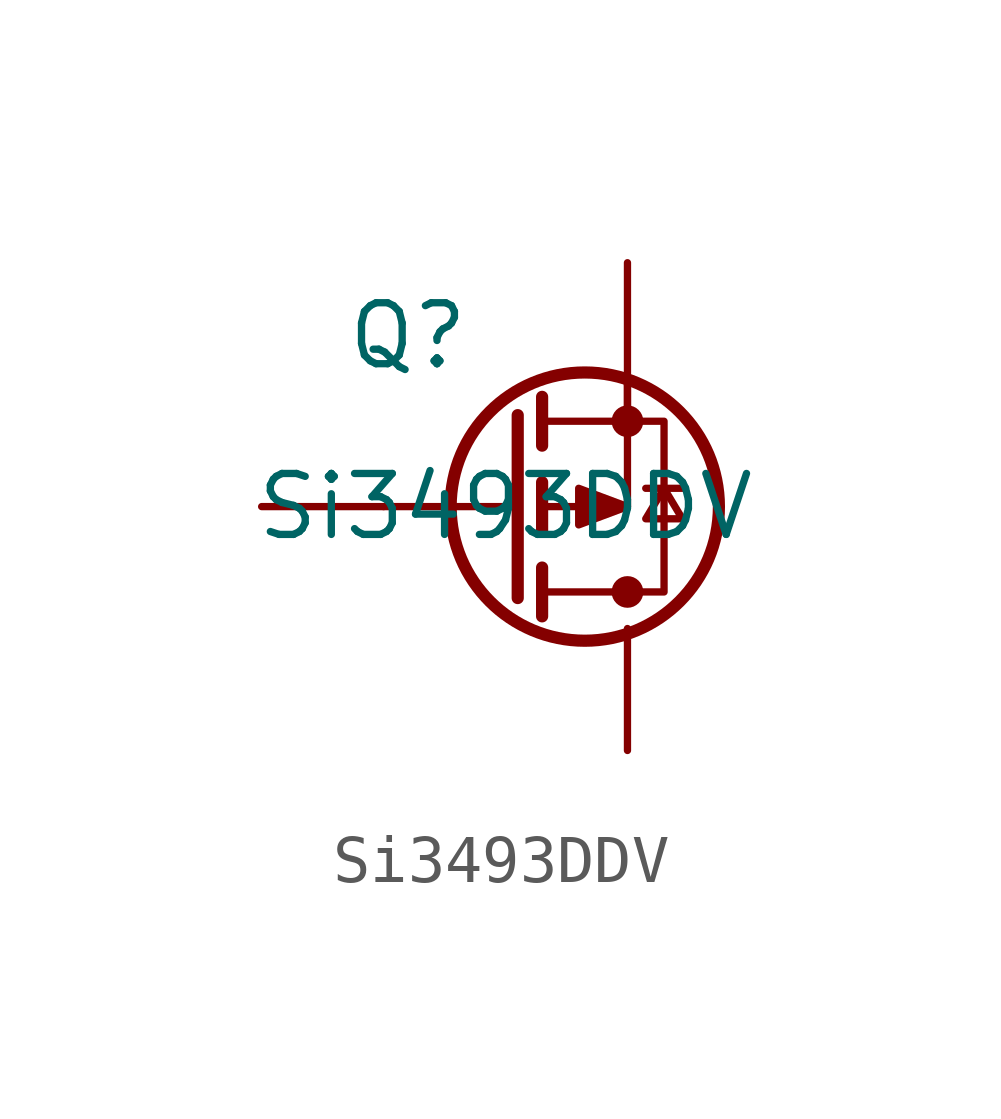
<source format=kicad_sym>
(kicad_symbol_lib
  (version 20231120)
  (generator "kicad_symbol_editor")
  (generator_version "8.0")
  (symbol "Si3493DDV"
    (pin_numbers hide)
    (pin_names hide)
    (property "Reference" "Q"
      (at -2.032 3.556 0)
      (effects (font (size 1.27 1.27))))
    (property "Value" "Si3493DDV"
      (at 0 0 0)
      (effects (font (size 1.27 1.27))))
    (symbol "Si3493DDV_0_1"
      (polyline (pts (xy 0.254 0) (xy -2.54 0)) (stroke (width 0) (type default)) (fill (type none)))
      (polyline (pts (xy 0.254 1.905) (xy 0.254 -1.905)) (stroke (width 0.254) (type default)) (fill (type none)))
      (polyline (pts (xy 0.762 -1.27) (xy 0.762 -2.286)) (stroke (width 0.254) (type default)) (fill (type none)))
      (polyline (pts (xy 0.762 0.508) (xy 0.762 -0.508)) (stroke (width 0.254) (type default)) (fill (type none)))
      (polyline (pts (xy 0.762 2.286) (xy 0.762 1.27)) (stroke (width 0.254) (type default)) (fill (type none)))
      (polyline (pts (xy 2.54 2.54) (xy 2.54 1.778)) (stroke (width 0) (type default)) (fill (type none)))
      (polyline (pts (xy 2.921 0.381) (xy 3.683 0.381)) (stroke (width 0) (type default)) (fill (type none)))
      (polyline (pts (xy 2.54 2.54) (xy 2.54 0) (xy 0.762 0)) (stroke (width 0) (type default)) (fill (type none)))
      (polyline (pts (xy 0.762 -1.778) (xy 3.302 -1.778) (xy 3.302 1.778) (xy 0.762 1.778)) (stroke (width 0) (type default)) (fill (type none)))
      (polyline (pts (xy 2.54 0) (xy 1.524 -0.381) (xy 1.524 0.381) (xy 2.54 0)) (stroke (width 0) (type default)) (fill (type outline)))
      (polyline (pts (xy 3.302 0.381) (xy 2.921 -0.254) (xy 3.683 -0.254) (xy 3.302 0.381)) (stroke (width 0) (type default)) (fill (type none)))
      (circle (center 1.651 0) (radius 2.794) (stroke (width 0.254) (type default)) (fill (type none)))
      (circle (center 2.54 -1.778) (radius 0.254) (stroke (width 0) (type default)) (fill (type outline)))
      (circle (center 2.54 1.778) (radius 0.254) (stroke (width 0) (type default)) (fill (type outline))))
    (symbol "Si3493DDV_1_1"
      (pin passive line (at 2.54 -5.08 90) (length 2.54) hide (name "D" (effects (font (size 1.27 1.27)))) (number "1" (effects (font (size 1.27 1.27)))))
      (pin passive line (at 2.54 -5.08 90) (length 2.54) (name "D" (effects (font (size 1.27 1.27)))) (number "2" (effects (font (size 1.27 1.27)))))
      (pin input line (at -5.08 0 0) (length 2.54) (name "G" (effects (font (size 1.27 1.27)))) (number "3" (effects (font (size 1.27 1.27)))))
      (pin passive line (at 2.54 5.08 270) (length 2.54) (name "S" (effects (font (size 1.27 1.27)))) (number "4" (effects (font (size 1.27 1.27)))))
      (pin passive line (at 2.54 -5.08 90) (length 2.54) hide (name "D" (effects (font (size 1.27 1.27)))) (number "5" (effects (font (size 1.27 1.27)))))
      (pin passive line (at 2.54 -5.08 90) (length 2.54) hide (name "D" (effects (font (size 1.27 1.27)))) (number "6" (effects (font (size 1.27 1.27))))))))
</source>
